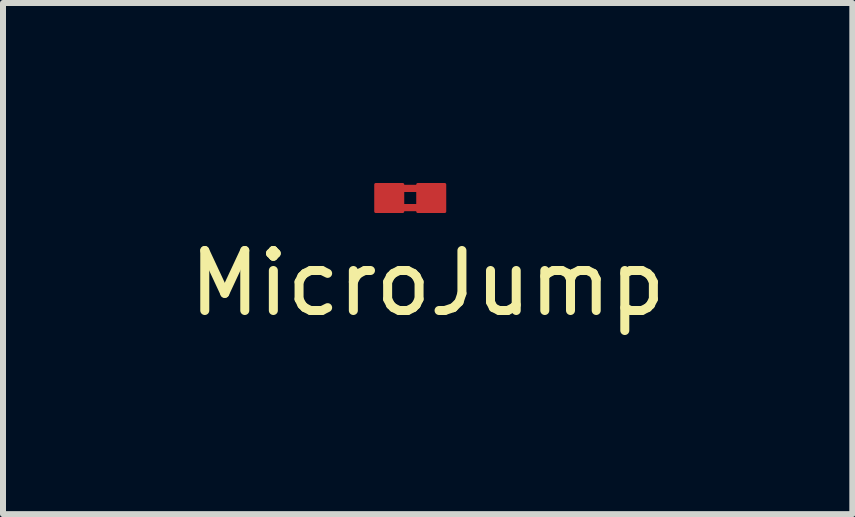
<source format=kicad_pcb>
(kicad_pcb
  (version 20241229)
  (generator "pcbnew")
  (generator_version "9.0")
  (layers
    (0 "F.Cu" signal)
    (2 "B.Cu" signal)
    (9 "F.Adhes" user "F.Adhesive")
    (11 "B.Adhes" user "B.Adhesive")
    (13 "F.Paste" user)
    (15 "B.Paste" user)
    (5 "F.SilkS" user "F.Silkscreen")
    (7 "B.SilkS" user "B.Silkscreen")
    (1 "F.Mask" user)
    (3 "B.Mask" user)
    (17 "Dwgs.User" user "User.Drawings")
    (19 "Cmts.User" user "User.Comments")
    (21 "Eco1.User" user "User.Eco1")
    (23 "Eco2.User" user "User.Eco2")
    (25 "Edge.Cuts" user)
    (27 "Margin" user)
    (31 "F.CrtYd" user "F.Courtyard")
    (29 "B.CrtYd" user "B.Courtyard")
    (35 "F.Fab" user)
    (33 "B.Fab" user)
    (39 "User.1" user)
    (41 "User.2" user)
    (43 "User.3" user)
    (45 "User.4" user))
  (footprint "MicroJump"
    (layer "F.Cu")
    (at 3.777 0.27)
    (property "Reference" "MicroJump" (at 0.3 1.4 0) (unlocked yes) (layer "F.SilkS") (effects (font (size 1 1) (thickness 0.15))))
    (attr smd)
    (fp_line (start -0.102 -0.18) (end 0.122 -0.18) (stroke (width 0.12) (type solid)) (layer "F.Cu"))
    (fp_line (start -0.102 0.14) (end 0.122 0.14) (stroke (width 0.12) (type solid)) (layer "F.Cu"))
    (pad "1" smd roundrect (at -0.34 -0.02) (size 0.5 0.5) (layers "F.Cu" "F.Mask") (roundrect_rratio 0.05))
    (pad "2" smd roundrect (at 0.36 -0.02) (size 0.5 0.5) (layers "F.Cu" "F.Mask") (roundrect_rratio 0.05)))
  (gr_rect
    (start -3 -3)
    (end 11.155 5.518)
    (stroke (width 0.1) (type default))
    (fill no)
    (layer "Edge.Cuts")))
</source>
